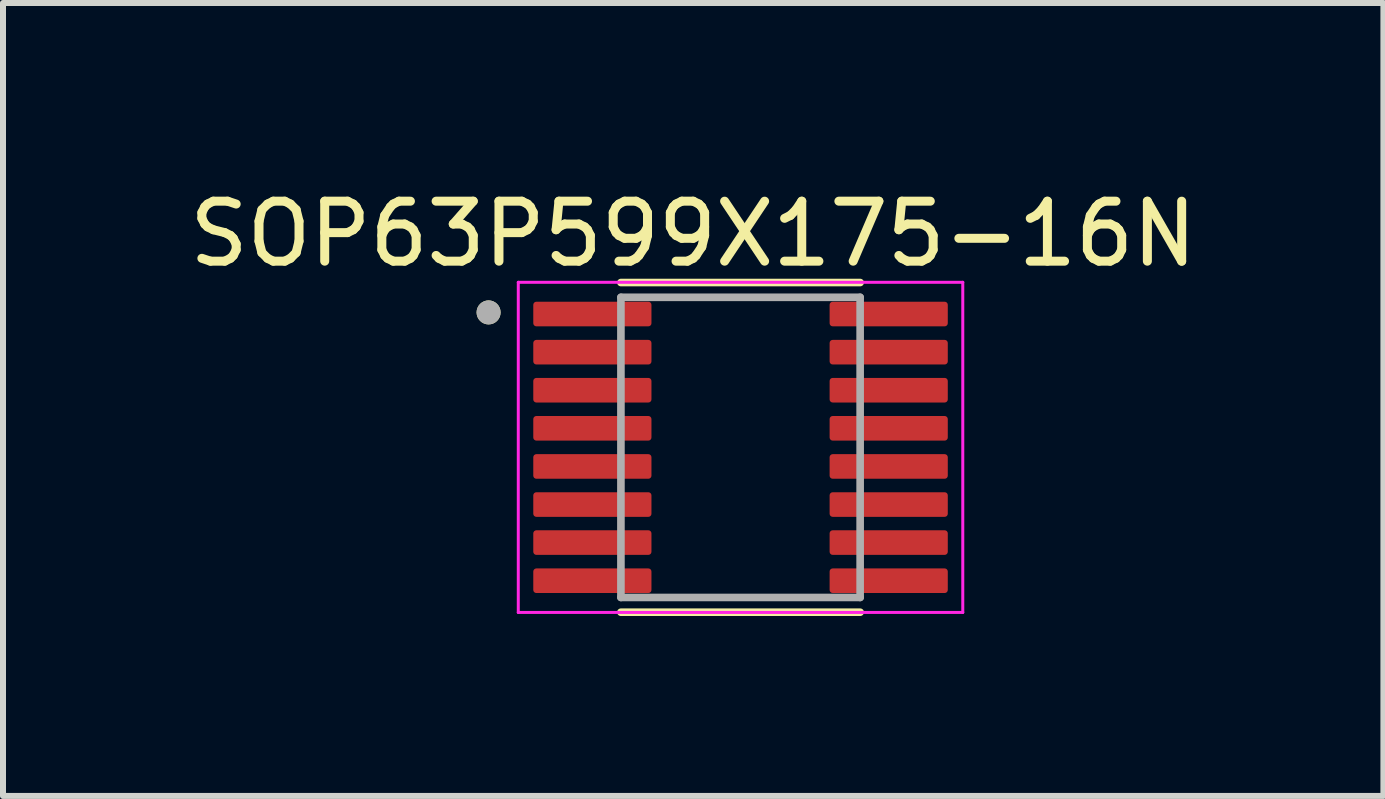
<source format=kicad_pcb>
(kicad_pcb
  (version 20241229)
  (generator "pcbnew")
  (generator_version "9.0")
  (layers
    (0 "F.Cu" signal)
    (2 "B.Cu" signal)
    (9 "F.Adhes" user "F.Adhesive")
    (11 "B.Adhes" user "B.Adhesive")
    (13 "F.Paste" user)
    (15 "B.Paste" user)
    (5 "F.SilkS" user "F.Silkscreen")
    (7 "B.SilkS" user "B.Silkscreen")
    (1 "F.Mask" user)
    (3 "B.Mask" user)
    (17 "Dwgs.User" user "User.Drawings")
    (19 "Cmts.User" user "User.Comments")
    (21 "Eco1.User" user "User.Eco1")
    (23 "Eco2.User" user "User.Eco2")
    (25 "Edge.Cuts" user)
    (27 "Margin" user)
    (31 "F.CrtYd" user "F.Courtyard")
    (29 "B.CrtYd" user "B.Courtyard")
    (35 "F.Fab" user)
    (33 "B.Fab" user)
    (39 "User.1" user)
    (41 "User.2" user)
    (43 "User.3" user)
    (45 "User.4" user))
  (footprint "SOP63P599X175-16N"
    (layer "F.Cu")
    (at 9.295 4.408)
    (property "Reference" "SOP63P599X175-16N" (at -0.789 -3.559 0) (layer "F.SilkS") (effects (font (size 1 1) (thickness 0.15))))
    (attr smd)
    (fp_line (start -1.994 -2.748) (end 1.994 -2.748) (stroke (width 0.127) (type solid)) (layer "F.SilkS"))
    (fp_line (start -1.994 2.748) (end 1.994 2.748) (stroke (width 0.127) (type solid)) (layer "F.SilkS"))
    (fp_circle (center -4.2 -2.25) (end -4.1 -2.25) (stroke (width 0.2) (type solid)) (fill no) (layer "F.SilkS"))
    (fp_line (start -3.705 -2.752) (end -3.705 2.752) (stroke (width 0.05) (type solid)) (layer "F.CrtYd"))
    (fp_line (start -3.705 -2.752) (end 3.705 -2.752) (stroke (width 0.05) (type solid)) (layer "F.CrtYd"))
    (fp_line (start -3.705 2.752) (end 3.705 2.752) (stroke (width 0.05) (type solid)) (layer "F.CrtYd"))
    (fp_line (start 3.705 -2.752) (end 3.705 2.752) (stroke (width 0.05) (type solid)) (layer "F.CrtYd"))
    (fp_line (start -1.994 -2.502) (end -1.994 2.502) (stroke (width 0.127) (type solid)) (layer "F.Fab"))
    (fp_line (start -1.994 -2.502) (end 1.994 -2.502) (stroke (width 0.127) (type solid)) (layer "F.Fab"))
    (fp_line (start -1.994 2.502) (end 1.994 2.502) (stroke (width 0.127) (type solid)) (layer "F.Fab"))
    (fp_line (start 1.994 -2.502) (end 1.994 2.502) (stroke (width 0.127) (type solid)) (layer "F.Fab"))
    (fp_circle (center -4.2 -2.25) (end -4.1 -2.25) (stroke (width 0.2) (type solid)) (fill no) (layer "F.Fab"))
    (pad "1" smd roundrect (at -2.47 -2.223) (size 1.97 0.41) (layers "F.Cu" "F.Mask" "F.Paste") (roundrect_rratio 0.125))
    (pad "2" smd roundrect (at -2.47 -1.587) (size 1.97 0.41) (layers "F.Cu" "F.Mask" "F.Paste") (roundrect_rratio 0.125))
    (pad "3" smd roundrect (at -2.47 -0.953) (size 1.97 0.41) (layers "F.Cu" "F.Mask" "F.Paste") (roundrect_rratio 0.125))
    (pad "4" smd roundrect (at -2.47 -0.318) (size 1.97 0.41) (layers "F.Cu" "F.Mask" "F.Paste") (roundrect_rratio 0.125))
    (pad "5" smd roundrect (at -2.47 0.318) (size 1.97 0.41) (layers "F.Cu" "F.Mask" "F.Paste") (roundrect_rratio 0.125))
    (pad "6" smd roundrect (at -2.47 0.953) (size 1.97 0.41) (layers "F.Cu" "F.Mask" "F.Paste") (roundrect_rratio 0.125))
    (pad "7" smd roundrect (at -2.47 1.587) (size 1.97 0.41) (layers "F.Cu" "F.Mask" "F.Paste") (roundrect_rratio 0.125))
    (pad "8" smd roundrect (at -2.47 2.223) (size 1.97 0.41) (layers "F.Cu" "F.Mask" "F.Paste") (roundrect_rratio 0.125))
    (pad "9" smd roundrect (at 2.47 2.223) (size 1.97 0.41) (layers "F.Cu" "F.Mask" "F.Paste") (roundrect_rratio 0.125))
    (pad "10" smd roundrect (at 2.47 1.587) (size 1.97 0.41) (layers "F.Cu" "F.Mask" "F.Paste") (roundrect_rratio 0.125))
    (pad "11" smd roundrect (at 2.47 0.953) (size 1.97 0.41) (layers "F.Cu" "F.Mask" "F.Paste") (roundrect_rratio 0.125))
    (pad "12" smd roundrect (at 2.47 0.318) (size 1.97 0.41) (layers "F.Cu" "F.Mask" "F.Paste") (roundrect_rratio 0.125))
    (pad "13" smd roundrect (at 2.47 -0.318) (size 1.97 0.41) (layers "F.Cu" "F.Mask" "F.Paste") (roundrect_rratio 0.125))
    (pad "14" smd roundrect (at 2.47 -0.953) (size 1.97 0.41) (layers "F.Cu" "F.Mask" "F.Paste") (roundrect_rratio 0.125))
    (pad "15" smd roundrect (at 2.47 -1.587) (size 1.97 0.41) (layers "F.Cu" "F.Mask" "F.Paste") (roundrect_rratio 0.125))
    (pad "16" smd roundrect (at 2.47 -2.223) (size 1.97 0.41) (layers "F.Cu" "F.Mask" "F.Paste") (roundrect_rratio 0.125)))
  (gr_rect
    (start -3 -3)
    (end 20.012 10.219)
    (stroke (width 0.1) (type default))
    (fill no)
    (layer "Edge.Cuts")))
</source>
